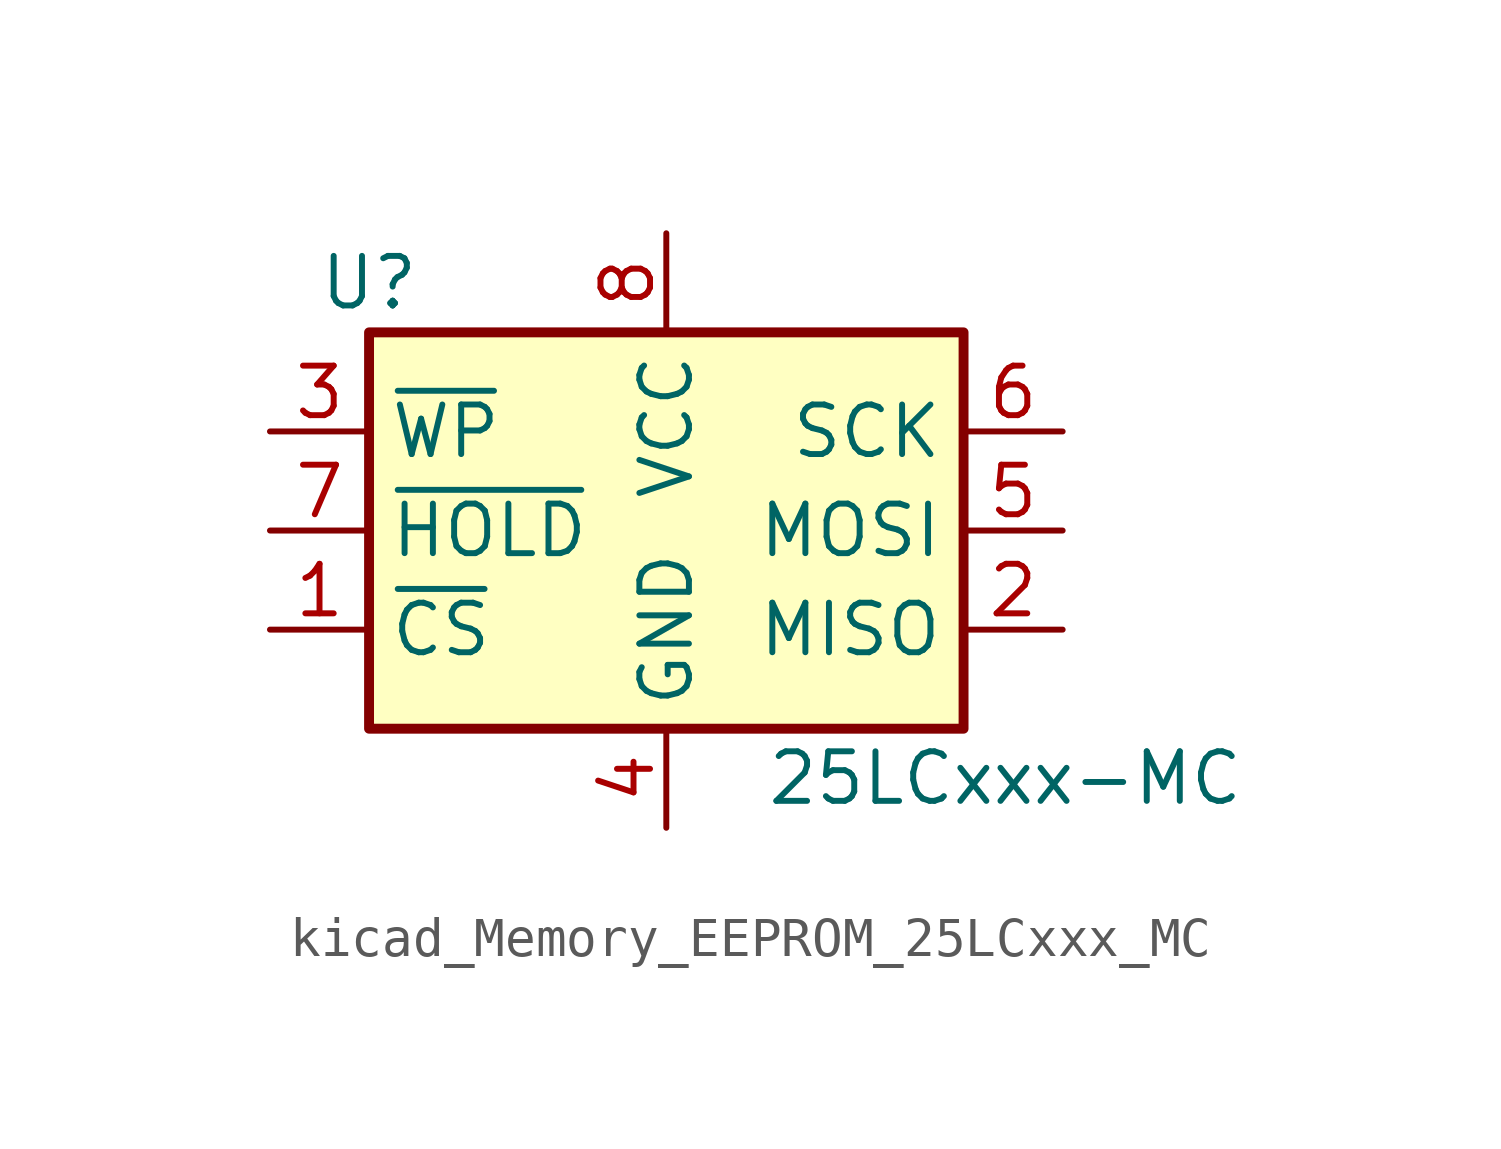
<source format=kicad_sym>
(kicad_symbol_lib
  (version 20220914)
  (generator kicad_symbol_editor)
  (symbol "kicad_Memory_EEPROM_25LCxxx_MC"
    (property "Reference" "U"
      (at -7.62 6.35 0)
      (effects (font (size 1.27 1.27))))
    (property "Value" "25LCxxx-MC"
      (at 2.54 -6.35 0)
      (effects (font (size 1.27 1.27)) (justify left)))
    (symbol "kicad_Memory_EEPROM_25LCxxx_MC_1_1"
      (rectangle (start -7.62 5.08) (end 7.62 -5.08) (stroke (width 0.254) (type default)) (fill (type background)))
      (pin input line (at -10.16 -2.54 0) (length 2.54) (name "~{CS}" (effects (font (size 1.27 1.27)))) (number "1" (effects (font (size 1.27 1.27)))))
      (pin tri_state line (at 10.16 -2.54 180) (length 2.54) (name "MISO" (effects (font (size 1.27 1.27)))) (number "2" (effects (font (size 1.27 1.27)))))
      (pin input line (at -10.16 2.54 0) (length 2.54) (name "~{WP}" (effects (font (size 1.27 1.27)))) (number "3" (effects (font (size 1.27 1.27)))))
      (pin power_in line (at 0 -7.62 90) (length 2.54) (name "GND" (effects (font (size 1.27 1.27)))) (number "4" (effects (font (size 1.27 1.27)))))
      (pin input line (at 10.16 0 180) (length 2.54) (name "MOSI" (effects (font (size 1.27 1.27)))) (number "5" (effects (font (size 1.27 1.27)))))
      (pin input line (at 10.16 2.54 180) (length 2.54) (name "SCK" (effects (font (size 1.27 1.27)))) (number "6" (effects (font (size 1.27 1.27)))))
      (pin input line (at -10.16 0 0) (length 2.54) (name "~{HOLD}" (effects (font (size 1.27 1.27)))) (number "7" (effects (font (size 1.27 1.27)))))
      (pin power_in line (at 0 7.62 270) (length 2.54) (name "VCC" (effects (font (size 1.27 1.27)))) (number "8" (effects (font (size 1.27 1.27)))))
      (pin passive line (at 0 -7.62 90) (length 2.54) hide (name "GND" (effects (font (size 1.27 1.27)))) (number "9" (effects (font (size 1.27 1.27))))))))
</source>
